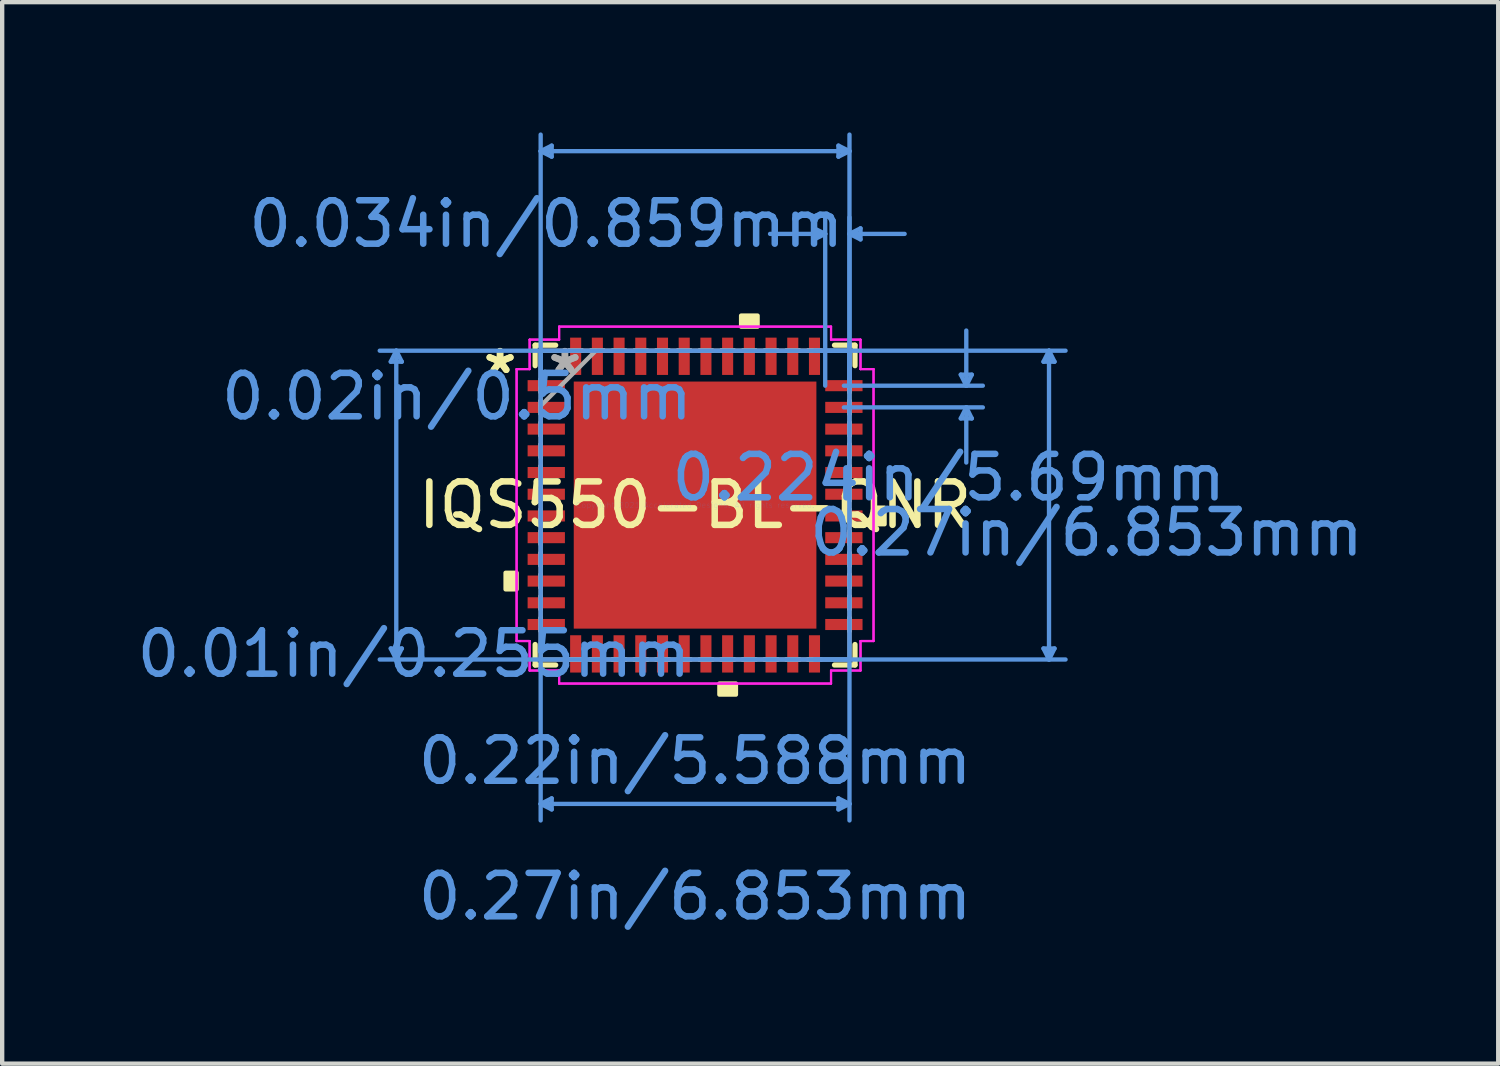
<source format=kicad_pcb>
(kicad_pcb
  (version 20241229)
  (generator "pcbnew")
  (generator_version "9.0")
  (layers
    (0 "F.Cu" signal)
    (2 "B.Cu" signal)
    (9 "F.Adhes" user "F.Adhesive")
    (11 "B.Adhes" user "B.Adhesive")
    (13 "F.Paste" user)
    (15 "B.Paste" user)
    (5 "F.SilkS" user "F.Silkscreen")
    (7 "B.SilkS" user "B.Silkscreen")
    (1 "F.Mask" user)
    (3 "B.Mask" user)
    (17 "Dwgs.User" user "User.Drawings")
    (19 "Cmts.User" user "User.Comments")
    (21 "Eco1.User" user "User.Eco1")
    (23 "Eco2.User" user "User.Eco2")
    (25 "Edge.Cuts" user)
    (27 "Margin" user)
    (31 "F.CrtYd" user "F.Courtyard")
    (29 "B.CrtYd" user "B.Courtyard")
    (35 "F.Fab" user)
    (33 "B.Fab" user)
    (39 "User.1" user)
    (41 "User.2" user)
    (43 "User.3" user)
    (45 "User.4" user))
  (footprint "IQS550-BL-QNR"
    (layer "F.Cu")
    (at 12.957 8.582)
    (property "Reference" "IQS550-BL-QNR" (at 0 0 0) (layer "F.SilkS") (effects (font (size 1 1) (thickness 0.15))))
    (attr through_hole)
    (fp_line (start -3.683 -3.683) (end -3.683 -3.21) (stroke (width 0.12) (type solid)) (layer "F.SilkS"))
    (fp_line (start -3.683 3.21) (end -3.683 3.683) (stroke (width 0.12) (type solid)) (layer "F.SilkS"))
    (fp_line (start -3.683 3.683) (end -3.21 3.683) (stroke (width 0.12) (type solid)) (layer "F.SilkS"))
    (fp_line (start -3.21 -3.683) (end -3.683 -3.683) (stroke (width 0.12) (type solid)) (layer "F.SilkS"))
    (fp_line (start 3.21 3.683) (end 3.683 3.683) (stroke (width 0.12) (type solid)) (layer "F.SilkS"))
    (fp_line (start 3.683 -3.683) (end 3.21 -3.683) (stroke (width 0.12) (type solid)) (layer "F.SilkS"))
    (fp_line (start 3.683 -3.21) (end 3.683 -3.683) (stroke (width 0.12) (type solid)) (layer "F.SilkS"))
    (fp_line (start 3.683 3.683) (end 3.683 3.21) (stroke (width 0.12) (type solid)) (layer "F.SilkS"))
    (fp_poly (pts (xy -4.364 1.559) (xy -4.364 1.94) (xy -4.11 1.94) (xy -4.11 1.559)) (stroke (width 0.1) (type solid)) (fill yes) (layer "F.SilkS"))
    (fp_poly (pts (xy 0.56 4.11) (xy 0.56 4.364) (xy 0.941 4.364) (xy 0.941 4.11)) (stroke (width 0.1) (type solid)) (fill yes) (layer "F.SilkS"))
    (fp_poly (pts (xy 1.06 -4.11) (xy 1.06 -4.364) (xy 1.44 -4.364) (xy 1.44 -4.11)) (stroke (width 0.1) (type solid)) (fill yes) (layer "F.SilkS"))
    (fp_poly (pts (xy 4.364 0.059) (xy 4.364 0.441) (xy 4.11 0.441) (xy 4.11 0.059)) (stroke (width 0.1) (type solid)) (fill yes) (layer "F.SilkS"))
    (fp_poly (pts (xy -2.694 -2.745) (xy -2.694 -1.522) (xy -1.497 -1.522) (xy -1.497 -2.745)) (stroke (width 0.1) (type solid)) (fill yes) (layer "F.Paste"))
    (fp_poly (pts (xy -2.694 -1.322) (xy -2.694 -0.1) (xy -1.497 -0.1) (xy -1.497 -1.322)) (stroke (width 0.1) (type solid)) (fill yes) (layer "F.Paste"))
    (fp_poly (pts (xy -2.694 0.1) (xy -2.694 1.322) (xy -1.497 1.322) (xy -1.497 0.1)) (stroke (width 0.1) (type solid)) (fill yes) (layer "F.Paste"))
    (fp_poly (pts (xy -2.694 1.522) (xy -2.694 2.745) (xy -1.497 2.745) (xy -1.497 1.522)) (stroke (width 0.1) (type solid)) (fill yes) (layer "F.Paste"))
    (fp_poly (pts (xy -1.297 -2.745) (xy -1.297 -1.522) (xy -0.1 -1.522) (xy -0.1 -2.745)) (stroke (width 0.1) (type solid)) (fill yes) (layer "F.Paste"))
    (fp_poly (pts (xy -1.297 -1.322) (xy -1.297 -0.1) (xy -0.1 -0.1) (xy -0.1 -1.322)) (stroke (width 0.1) (type solid)) (fill yes) (layer "F.Paste"))
    (fp_poly (pts (xy -1.297 0.1) (xy -1.297 1.322) (xy -0.1 1.322) (xy -0.1 0.1)) (stroke (width 0.1) (type solid)) (fill yes) (layer "F.Paste"))
    (fp_poly (pts (xy -1.297 1.522) (xy -1.297 2.745) (xy -0.1 2.745) (xy -0.1 1.522)) (stroke (width 0.1) (type solid)) (fill yes) (layer "F.Paste"))
    (fp_poly (pts (xy 0.1 -2.745) (xy 0.1 -1.522) (xy 1.297 -1.522) (xy 1.297 -2.745)) (stroke (width 0.1) (type solid)) (fill yes) (layer "F.Paste"))
    (fp_poly (pts (xy 0.1 -1.322) (xy 0.1 -0.1) (xy 1.297 -0.1) (xy 1.297 -1.322)) (stroke (width 0.1) (type solid)) (fill yes) (layer "F.Paste"))
    (fp_poly (pts (xy 0.1 0.1) (xy 0.1 1.322) (xy 1.297 1.322) (xy 1.297 0.1)) (stroke (width 0.1) (type solid)) (fill yes) (layer "F.Paste"))
    (fp_poly (pts (xy 0.1 1.522) (xy 0.1 2.745) (xy 1.297 2.745) (xy 1.297 1.522)) (stroke (width 0.1) (type solid)) (fill yes) (layer "F.Paste"))
    (fp_poly (pts (xy 1.497 -2.745) (xy 1.497 -1.522) (xy 2.694 -1.522) (xy 2.694 -2.745)) (stroke (width 0.1) (type solid)) (fill yes) (layer "F.Paste"))
    (fp_poly (pts (xy 1.497 -1.322) (xy 1.497 -0.1) (xy 2.694 -0.1) (xy 2.694 -1.322)) (stroke (width 0.1) (type solid)) (fill yes) (layer "F.Paste"))
    (fp_poly (pts (xy 1.497 0.1) (xy 1.497 1.322) (xy 2.694 1.322) (xy 2.694 0.1)) (stroke (width 0.1) (type solid)) (fill yes) (layer "F.Paste"))
    (fp_poly (pts (xy 1.497 1.522) (xy 1.497 2.745) (xy 2.694 2.745) (xy 2.694 1.522)) (stroke (width 0.1) (type solid)) (fill yes) (layer "F.Paste"))
    (fp_line (start -7.008 -3.302) (end -6.754 -3.302) (stroke (width 0.1) (type solid)) (layer "Cmts.User"))
    (fp_line (start -7.008 3.302) (end -6.754 3.302) (stroke (width 0.1) (type solid)) (layer "Cmts.User"))
    (fp_line (start -6.881 -3.556) (end -7.008 -3.302) (stroke (width 0.1) (type solid)) (layer "Cmts.User"))
    (fp_line (start -6.881 -3.556) (end -6.881 3.556) (stroke (width 0.1) (type solid)) (layer "Cmts.User"))
    (fp_line (start -6.881 -3.556) (end -6.754 -3.302) (stroke (width 0.1) (type solid)) (layer "Cmts.User"))
    (fp_line (start -6.881 3.556) (end -7.008 3.302) (stroke (width 0.1) (type solid)) (layer "Cmts.User"))
    (fp_line (start -6.881 3.556) (end -6.754 3.302) (stroke (width 0.1) (type solid)) (layer "Cmts.User"))
    (fp_line (start -3.556 -8.151) (end -3.302 -8.278) (stroke (width 0.1) (type solid)) (layer "Cmts.User"))
    (fp_line (start -3.556 -8.151) (end -3.302 -8.024) (stroke (width 0.1) (type solid)) (layer "Cmts.User"))
    (fp_line (start -3.556 -8.151) (end 3.556 -8.151) (stroke (width 0.1) (type solid)) (layer "Cmts.User"))
    (fp_line (start -3.556 -3.556) (end -3.556 7.262) (stroke (width 0.1) (type solid)) (layer "Cmts.User"))
    (fp_line (start -3.556 -2.75) (end -3.556 -8.532) (stroke (width 0.1) (type solid)) (layer "Cmts.User"))
    (fp_line (start -3.556 6.881) (end -3.302 6.754) (stroke (width 0.1) (type solid)) (layer "Cmts.User"))
    (fp_line (start -3.556 6.881) (end -3.302 7.008) (stroke (width 0.1) (type solid)) (layer "Cmts.User"))
    (fp_line (start -3.556 6.881) (end 3.556 6.881) (stroke (width 0.1) (type solid)) (layer "Cmts.User"))
    (fp_line (start -3.302 -8.278) (end -3.302 -8.024) (stroke (width 0.1) (type solid)) (layer "Cmts.User"))
    (fp_line (start -3.302 6.754) (end -3.302 7.008) (stroke (width 0.1) (type solid)) (layer "Cmts.User"))
    (fp_line (start 2.743 -6.373) (end 2.743 -6.119) (stroke (width 0.1) (type solid)) (layer "Cmts.User"))
    (fp_line (start 2.75 -3.556) (end 8.532 -3.556) (stroke (width 0.1) (type solid)) (layer "Cmts.User"))
    (fp_line (start 2.75 3.556) (end 8.532 3.556) (stroke (width 0.1) (type solid)) (layer "Cmts.User"))
    (fp_line (start 2.997 -6.246) (end 1.727 -6.246) (stroke (width 0.1) (type solid)) (layer "Cmts.User"))
    (fp_line (start 2.997 -6.246) (end 2.743 -6.373) (stroke (width 0.1) (type solid)) (layer "Cmts.User"))
    (fp_line (start 2.997 -6.246) (end 2.743 -6.119) (stroke (width 0.1) (type solid)) (layer "Cmts.User"))
    (fp_line (start 2.997 -2.75) (end 2.997 -6.627) (stroke (width 0.1) (type solid)) (layer "Cmts.User"))
    (fp_line (start 3.302 -8.278) (end 3.302 -8.024) (stroke (width 0.1) (type solid)) (layer "Cmts.User"))
    (fp_line (start 3.302 6.754) (end 3.302 7.008) (stroke (width 0.1) (type solid)) (layer "Cmts.User"))
    (fp_line (start 3.427 -2.75) (end 6.627 -2.75) (stroke (width 0.1) (type solid)) (layer "Cmts.User"))
    (fp_line (start 3.427 -2.25) (end 6.627 -2.25) (stroke (width 0.1) (type solid)) (layer "Cmts.User"))
    (fp_line (start 3.556 -8.151) (end 3.302 -8.278) (stroke (width 0.1) (type solid)) (layer "Cmts.User"))
    (fp_line (start 3.556 -8.151) (end 3.302 -8.024) (stroke (width 0.1) (type solid)) (layer "Cmts.User"))
    (fp_line (start 3.556 -6.246) (end 3.81 -6.373) (stroke (width 0.1) (type solid)) (layer "Cmts.User"))
    (fp_line (start 3.556 -6.246) (end 3.81 -6.119) (stroke (width 0.1) (type solid)) (layer "Cmts.User"))
    (fp_line (start 3.556 -6.246) (end 4.826 -6.246) (stroke (width 0.1) (type solid)) (layer "Cmts.User"))
    (fp_line (start 3.556 -3.556) (end -7.262 -3.556) (stroke (width 0.1) (type solid)) (layer "Cmts.User"))
    (fp_line (start 3.556 -3.556) (end 3.556 7.262) (stroke (width 0.1) (type solid)) (layer "Cmts.User"))
    (fp_line (start 3.556 -2.75) (end 3.556 -8.532) (stroke (width 0.1) (type solid)) (layer "Cmts.User"))
    (fp_line (start 3.556 -2.75) (end 3.556 -6.627) (stroke (width 0.1) (type solid)) (layer "Cmts.User"))
    (fp_line (start 3.556 3.556) (end -7.262 3.556) (stroke (width 0.1) (type solid)) (layer "Cmts.User"))
    (fp_line (start 3.556 6.881) (end 3.302 6.754) (stroke (width 0.1) (type solid)) (layer "Cmts.User"))
    (fp_line (start 3.556 6.881) (end 3.302 7.008) (stroke (width 0.1) (type solid)) (layer "Cmts.User"))
    (fp_line (start 3.81 -6.373) (end 3.81 -6.119) (stroke (width 0.1) (type solid)) (layer "Cmts.User"))
    (fp_line (start 6.119 -3.004) (end 6.373 -3.004) (stroke (width 0.1) (type solid)) (layer "Cmts.User"))
    (fp_line (start 6.119 -1.996) (end 6.373 -1.996) (stroke (width 0.1) (type solid)) (layer "Cmts.User"))
    (fp_line (start 6.246 -2.75) (end 6.119 -3.004) (stroke (width 0.1) (type solid)) (layer "Cmts.User"))
    (fp_line (start 6.246 -2.75) (end 6.246 -4.02) (stroke (width 0.1) (type solid)) (layer "Cmts.User"))
    (fp_line (start 6.246 -2.75) (end 6.373 -3.004) (stroke (width 0.1) (type solid)) (layer "Cmts.User"))
    (fp_line (start 6.246 -2.25) (end 6.119 -1.996) (stroke (width 0.1) (type solid)) (layer "Cmts.User"))
    (fp_line (start 6.246 -2.25) (end 6.246 -0.98) (stroke (width 0.1) (type solid)) (layer "Cmts.User"))
    (fp_line (start 6.246 -2.25) (end 6.373 -1.996) (stroke (width 0.1) (type solid)) (layer "Cmts.User"))
    (fp_line (start 8.024 -3.302) (end 8.278 -3.302) (stroke (width 0.1) (type solid)) (layer "Cmts.User"))
    (fp_line (start 8.024 3.302) (end 8.278 3.302) (stroke (width 0.1) (type solid)) (layer "Cmts.User"))
    (fp_line (start 8.151 -3.556) (end 8.024 -3.302) (stroke (width 0.1) (type solid)) (layer "Cmts.User"))
    (fp_line (start 8.151 -3.556) (end 8.151 3.556) (stroke (width 0.1) (type solid)) (layer "Cmts.User"))
    (fp_line (start 8.151 -3.556) (end 8.278 -3.302) (stroke (width 0.1) (type solid)) (layer "Cmts.User"))
    (fp_line (start 8.151 3.556) (end 8.024 3.302) (stroke (width 0.1) (type solid)) (layer "Cmts.User"))
    (fp_line (start 8.151 3.556) (end 8.278 3.302) (stroke (width 0.1) (type solid)) (layer "Cmts.User"))
    (fp_line (start -4.11 -3.131) (end -3.81 -3.131) (stroke (width 0.05) (type solid)) (layer "F.CrtYd"))
    (fp_line (start -4.11 -3.131) (end -3.81 -3.131) (stroke (width 0.05) (type solid)) (layer "F.CrtYd"))
    (fp_line (start -4.11 3.131) (end -4.11 -3.131) (stroke (width 0.05) (type solid)) (layer "F.CrtYd"))
    (fp_line (start -4.11 3.131) (end -4.11 -3.131) (stroke (width 0.05) (type solid)) (layer "F.CrtYd"))
    (fp_line (start -3.81 -3.81) (end -3.131 -3.81) (stroke (width 0.05) (type solid)) (layer "F.CrtYd"))
    (fp_line (start -3.81 -3.81) (end -3.131 -3.81) (stroke (width 0.05) (type solid)) (layer "F.CrtYd"))
    (fp_line (start -3.81 -3.131) (end -3.81 -3.81) (stroke (width 0.05) (type solid)) (layer "F.CrtYd"))
    (fp_line (start -3.81 -3.131) (end -3.81 -3.81) (stroke (width 0.05) (type solid)) (layer "F.CrtYd"))
    (fp_line (start -3.81 3.131) (end -4.11 3.131) (stroke (width 0.05) (type solid)) (layer "F.CrtYd"))
    (fp_line (start -3.81 3.131) (end -4.11 3.131) (stroke (width 0.05) (type solid)) (layer "F.CrtYd"))
    (fp_line (start -3.81 3.81) (end -3.81 3.131) (stroke (width 0.05) (type solid)) (layer "F.CrtYd"))
    (fp_line (start -3.81 3.81) (end -3.81 3.131) (stroke (width 0.05) (type solid)) (layer "F.CrtYd"))
    (fp_line (start -3.131 -4.11) (end 3.131 -4.11) (stroke (width 0.05) (type solid)) (layer "F.CrtYd"))
    (fp_line (start -3.131 -4.11) (end 3.131 -4.11) (stroke (width 0.05) (type solid)) (layer "F.CrtYd"))
    (fp_line (start -3.131 -3.81) (end -3.131 -4.11) (stroke (width 0.05) (type solid)) (layer "F.CrtYd"))
    (fp_line (start -3.131 -3.81) (end -3.131 -4.11) (stroke (width 0.05) (type solid)) (layer "F.CrtYd"))
    (fp_line (start -3.131 3.81) (end -3.81 3.81) (stroke (width 0.05) (type solid)) (layer "F.CrtYd"))
    (fp_line (start -3.131 3.81) (end -3.81 3.81) (stroke (width 0.05) (type solid)) (layer "F.CrtYd"))
    (fp_line (start -3.131 4.11) (end -3.131 3.81) (stroke (width 0.05) (type solid)) (layer "F.CrtYd"))
    (fp_line (start -3.131 4.11) (end -3.131 3.81) (stroke (width 0.05) (type solid)) (layer "F.CrtYd"))
    (fp_line (start 3.131 -4.11) (end 3.131 -3.81) (stroke (width 0.05) (type solid)) (layer "F.CrtYd"))
    (fp_line (start 3.131 -4.11) (end 3.131 -3.81) (stroke (width 0.05) (type solid)) (layer "F.CrtYd"))
    (fp_line (start 3.131 -3.81) (end 3.81 -3.81) (stroke (width 0.05) (type solid)) (layer "F.CrtYd"))
    (fp_line (start 3.131 -3.81) (end 3.81 -3.81) (stroke (width 0.05) (type solid)) (layer "F.CrtYd"))
    (fp_line (start 3.131 3.81) (end 3.131 4.11) (stroke (width 0.05) (type solid)) (layer "F.CrtYd"))
    (fp_line (start 3.131 3.81) (end 3.131 4.11) (stroke (width 0.05) (type solid)) (layer "F.CrtYd"))
    (fp_line (start 3.131 4.11) (end -3.131 4.11) (stroke (width 0.05) (type solid)) (layer "F.CrtYd"))
    (fp_line (start 3.131 4.11) (end -3.131 4.11) (stroke (width 0.05) (type solid)) (layer "F.CrtYd"))
    (fp_line (start 3.81 -3.81) (end 3.81 -3.131) (stroke (width 0.05) (type solid)) (layer "F.CrtYd"))
    (fp_line (start 3.81 -3.81) (end 3.81 -3.131) (stroke (width 0.05) (type solid)) (layer "F.CrtYd"))
    (fp_line (start 3.81 -3.131) (end 4.11 -3.131) (stroke (width 0.05) (type solid)) (layer "F.CrtYd"))
    (fp_line (start 3.81 -3.131) (end 4.11 -3.131) (stroke (width 0.05) (type solid)) (layer "F.CrtYd"))
    (fp_line (start 3.81 3.131) (end 3.81 3.81) (stroke (width 0.05) (type solid)) (layer "F.CrtYd"))
    (fp_line (start 3.81 3.131) (end 3.81 3.81) (stroke (width 0.05) (type solid)) (layer "F.CrtYd"))
    (fp_line (start 3.81 3.81) (end 3.131 3.81) (stroke (width 0.05) (type solid)) (layer "F.CrtYd"))
    (fp_line (start 3.81 3.81) (end 3.131 3.81) (stroke (width 0.05) (type solid)) (layer "F.CrtYd"))
    (fp_line (start 4.11 -3.131) (end 4.11 3.131) (stroke (width 0.05) (type solid)) (layer "F.CrtYd"))
    (fp_line (start 4.11 -3.131) (end 4.11 3.131) (stroke (width 0.05) (type solid)) (layer "F.CrtYd"))
    (fp_line (start 4.11 3.131) (end 3.81 3.131) (stroke (width 0.05) (type solid)) (layer "F.CrtYd"))
    (fp_line (start 4.11 3.131) (end 3.81 3.131) (stroke (width 0.05) (type solid)) (layer "F.CrtYd"))
    (fp_line (start -3.556 -3.556) (end -3.556 -3.556) (stroke (width 0.1) (type solid)) (layer "F.Fab"))
    (fp_line (start -3.556 -3.556) (end -3.556 3.556) (stroke (width 0.1) (type solid)) (layer "F.Fab"))
    (fp_line (start -3.556 -2.902) (end -3.556 -2.902) (stroke (width 0.1) (type solid)) (layer "F.Fab"))
    (fp_line (start -3.556 -2.902) (end -3.556 -2.598) (stroke (width 0.1) (type solid)) (layer "F.Fab"))
    (fp_line (start -3.556 -2.598) (end -3.556 -2.902) (stroke (width 0.1) (type solid)) (layer "F.Fab"))
    (fp_line (start -3.556 -2.598) (end -3.556 -2.598) (stroke (width 0.1) (type solid)) (layer "F.Fab"))
    (fp_line (start -3.556 -2.402) (end -3.556 -2.402) (stroke (width 0.1) (type solid)) (layer "F.Fab"))
    (fp_line (start -3.556 -2.402) (end -3.556 -2.098) (stroke (width 0.1) (type solid)) (layer "F.Fab"))
    (fp_line (start -3.556 -2.286) (end -2.286 -3.556) (stroke (width 0.1) (type solid)) (layer "F.Fab"))
    (fp_line (start -3.556 -2.098) (end -3.556 -2.402) (stroke (width 0.1) (type solid)) (layer "F.Fab"))
    (fp_line (start -3.556 -2.098) (end -3.556 -2.098) (stroke (width 0.1) (type solid)) (layer "F.Fab"))
    (fp_line (start -3.556 -1.902) (end -3.556 -1.902) (stroke (width 0.1) (type solid)) (layer "F.Fab"))
    (fp_line (start -3.556 -1.902) (end -3.556 -1.598) (stroke (width 0.1) (type solid)) (layer "F.Fab"))
    (fp_line (start -3.556 -1.598) (end -3.556 -1.902) (stroke (width 0.1) (type solid)) (layer "F.Fab"))
    (fp_line (start -3.556 -1.598) (end -3.556 -1.598) (stroke (width 0.1) (type solid)) (layer "F.Fab"))
    (fp_line (start -3.556 -1.402) (end -3.556 -1.402) (stroke (width 0.1) (type solid)) (layer "F.Fab"))
    (fp_line (start -3.556 -1.402) (end -3.556 -1.098) (stroke (width 0.1) (type solid)) (layer "F.Fab"))
    (fp_line (start -3.556 -1.098) (end -3.556 -1.402) (stroke (width 0.1) (type solid)) (layer "F.Fab"))
    (fp_line (start -3.556 -1.098) (end -3.556 -1.098) (stroke (width 0.1) (type solid)) (layer "F.Fab"))
    (fp_line (start -3.556 -0.902) (end -3.556 -0.902) (stroke (width 0.1) (type solid)) (layer "F.Fab"))
    (fp_line (start -3.556 -0.902) (end -3.556 -0.598) (stroke (width 0.1) (type solid)) (layer "F.Fab"))
    (fp_line (start -3.556 -0.598) (end -3.556 -0.902) (stroke (width 0.1) (type solid)) (layer "F.Fab"))
    (fp_line (start -3.556 -0.598) (end -3.556 -0.598) (stroke (width 0.1) (type solid)) (layer "F.Fab"))
    (fp_line (start -3.556 -0.402) (end -3.556 -0.402) (stroke (width 0.1) (type solid)) (layer "F.Fab"))
    (fp_line (start -3.556 -0.402) (end -3.556 -0.098) (stroke (width 0.1) (type solid)) (layer "F.Fab"))
    (fp_line (start -3.556 -0.098) (end -3.556 -0.402) (stroke (width 0.1) (type solid)) (layer "F.Fab"))
    (fp_line (start -3.556 -0.098) (end -3.556 -0.098) (stroke (width 0.1) (type solid)) (layer "F.Fab"))
    (fp_line (start -3.556 0.098) (end -3.556 0.098) (stroke (width 0.1) (type solid)) (layer "F.Fab"))
    (fp_line (start -3.556 0.098) (end -3.556 0.402) (stroke (width 0.1) (type solid)) (layer "F.Fab"))
    (fp_line (start -3.556 0.402) (end -3.556 0.098) (stroke (width 0.1) (type solid)) (layer "F.Fab"))
    (fp_line (start -3.556 0.402) (end -3.556 0.402) (stroke (width 0.1) (type solid)) (layer "F.Fab"))
    (fp_line (start -3.556 0.598) (end -3.556 0.598) (stroke (width 0.1) (type solid)) (layer "F.Fab"))
    (fp_line (start -3.556 0.598) (end -3.556 0.902) (stroke (width 0.1) (type solid)) (layer "F.Fab"))
    (fp_line (start -3.556 0.902) (end -3.556 0.598) (stroke (width 0.1) (type solid)) (layer "F.Fab"))
    (fp_line (start -3.556 0.902) (end -3.556 0.902) (stroke (width 0.1) (type solid)) (layer "F.Fab"))
    (fp_line (start -3.556 1.098) (end -3.556 1.098) (stroke (width 0.1) (type solid)) (layer "F.Fab"))
    (fp_line (start -3.556 1.098) (end -3.556 1.402) (stroke (width 0.1) (type solid)) (layer "F.Fab"))
    (fp_line (start -3.556 1.402) (end -3.556 1.098) (stroke (width 0.1) (type solid)) (layer "F.Fab"))
    (fp_line (start -3.556 1.402) (end -3.556 1.402) (stroke (width 0.1) (type solid)) (layer "F.Fab"))
    (fp_line (start -3.556 1.598) (end -3.556 1.598) (stroke (width 0.1) (type solid)) (layer "F.Fab"))
    (fp_line (start -3.556 1.598) (end -3.556 1.902) (stroke (width 0.1) (type solid)) (layer "F.Fab"))
    (fp_line (start -3.556 1.902) (end -3.556 1.598) (stroke (width 0.1) (type solid)) (layer "F.Fab"))
    (fp_line (start -3.556 1.902) (end -3.556 1.902) (stroke (width 0.1) (type solid)) (layer "F.Fab"))
    (fp_line (start -3.556 2.098) (end -3.556 2.098) (stroke (width 0.1) (type solid)) (layer "F.Fab"))
    (fp_line (start -3.556 2.098) (end -3.556 2.402) (stroke (width 0.1) (type solid)) (layer "F.Fab"))
    (fp_line (start -3.556 2.402) (end -3.556 2.098) (stroke (width 0.1) (type solid)) (layer "F.Fab"))
    (fp_line (start -3.556 2.402) (end -3.556 2.402) (stroke (width 0.1) (type solid)) (layer "F.Fab"))
    (fp_line (start -3.556 2.598) (end -3.556 2.598) (stroke (width 0.1) (type solid)) (layer "F.Fab"))
    (fp_line (start -3.556 2.598) (end -3.556 2.902) (stroke (width 0.1) (type solid)) (layer "F.Fab"))
    (fp_line (start -3.556 2.902) (end -3.556 2.598) (stroke (width 0.1) (type solid)) (layer "F.Fab"))
    (fp_line (start -3.556 2.902) (end -3.556 2.902) (stroke (width 0.1) (type solid)) (layer "F.Fab"))
    (fp_line (start -3.556 3.556) (end -3.556 3.556) (stroke (width 0.1) (type solid)) (layer "F.Fab"))
    (fp_line (start -3.556 3.556) (end 3.556 3.556) (stroke (width 0.1) (type solid)) (layer "F.Fab"))
    (fp_line (start -2.902 -3.556) (end -2.902 -3.556) (stroke (width 0.1) (type solid)) (layer "F.Fab"))
    (fp_line (start -2.902 -3.556) (end -2.598 -3.556) (stroke (width 0.1) (type solid)) (layer "F.Fab"))
    (fp_line (start -2.902 3.556) (end -2.902 3.556) (stroke (width 0.1) (type solid)) (layer "F.Fab"))
    (fp_line (start -2.902 3.556) (end -2.598 3.556) (stroke (width 0.1) (type solid)) (layer "F.Fab"))
    (fp_line (start -2.598 -3.556) (end -2.902 -3.556) (stroke (width 0.1) (type solid)) (layer "F.Fab"))
    (fp_line (start -2.598 -3.556) (end -2.598 -3.556) (stroke (width 0.1) (type solid)) (layer "F.Fab"))
    (fp_line (start -2.598 3.556) (end -2.902 3.556) (stroke (width 0.1) (type solid)) (layer "F.Fab"))
    (fp_line (start -2.598 3.556) (end -2.598 3.556) (stroke (width 0.1) (type solid)) (layer "F.Fab"))
    (fp_line (start -2.402 -3.556) (end -2.402 -3.556) (stroke (width 0.1) (type solid)) (layer "F.Fab"))
    (fp_line (start -2.402 -3.556) (end -2.098 -3.556) (stroke (width 0.1) (type solid)) (layer "F.Fab"))
    (fp_line (start -2.402 3.556) (end -2.402 3.556) (stroke (width 0.1) (type solid)) (layer "F.Fab"))
    (fp_line (start -2.402 3.556) (end -2.098 3.556) (stroke (width 0.1) (type solid)) (layer "F.Fab"))
    (fp_line (start -2.098 -3.556) (end -2.402 -3.556) (stroke (width 0.1) (type solid)) (layer "F.Fab"))
    (fp_line (start -2.098 -3.556) (end -2.098 -3.556) (stroke (width 0.1) (type solid)) (layer "F.Fab"))
    (fp_line (start -2.098 3.556) (end -2.402 3.556) (stroke (width 0.1) (type solid)) (layer "F.Fab"))
    (fp_line (start -2.098 3.556) (end -2.098 3.556) (stroke (width 0.1) (type solid)) (layer "F.Fab"))
    (fp_line (start -1.902 -3.556) (end -1.902 -3.556) (stroke (width 0.1) (type solid)) (layer "F.Fab"))
    (fp_line (start -1.902 -3.556) (end -1.598 -3.556) (stroke (width 0.1) (type solid)) (layer "F.Fab"))
    (fp_line (start -1.902 3.556) (end -1.902 3.556) (stroke (width 0.1) (type solid)) (layer "F.Fab"))
    (fp_line (start -1.902 3.556) (end -1.598 3.556) (stroke (width 0.1) (type solid)) (layer "F.Fab"))
    (fp_line (start -1.598 -3.556) (end -1.902 -3.556) (stroke (width 0.1) (type solid)) (layer "F.Fab"))
    (fp_line (start -1.598 -3.556) (end -1.598 -3.556) (stroke (width 0.1) (type solid)) (layer "F.Fab"))
    (fp_line (start -1.598 3.556) (end -1.902 3.556) (stroke (width 0.1) (type solid)) (layer "F.Fab"))
    (fp_line (start -1.598 3.556) (end -1.598 3.556) (stroke (width 0.1) (type solid)) (layer "F.Fab"))
    (fp_line (start -1.402 -3.556) (end -1.402 -3.556) (stroke (width 0.1) (type solid)) (layer "F.Fab"))
    (fp_line (start -1.402 -3.556) (end -1.098 -3.556) (stroke (width 0.1) (type solid)) (layer "F.Fab"))
    (fp_line (start -1.402 3.556) (end -1.402 3.556) (stroke (width 0.1) (type solid)) (layer "F.Fab"))
    (fp_line (start -1.402 3.556) (end -1.098 3.556) (stroke (width 0.1) (type solid)) (layer "F.Fab"))
    (fp_line (start -1.098 -3.556) (end -1.402 -3.556) (stroke (width 0.1) (type solid)) (layer "F.Fab"))
    (fp_line (start -1.098 -3.556) (end -1.098 -3.556) (stroke (width 0.1) (type solid)) (layer "F.Fab"))
    (fp_line (start -1.098 3.556) (end -1.402 3.556) (stroke (width 0.1) (type solid)) (layer "F.Fab"))
    (fp_line (start -1.098 3.556) (end -1.098 3.556) (stroke (width 0.1) (type solid)) (layer "F.Fab"))
    (fp_line (start -0.902 -3.556) (end -0.902 -3.556) (stroke (width 0.1) (type solid)) (layer "F.Fab"))
    (fp_line (start -0.902 -3.556) (end -0.598 -3.556) (stroke (width 0.1) (type solid)) (layer "F.Fab"))
    (fp_line (start -0.902 3.556) (end -0.902 3.556) (stroke (width 0.1) (type solid)) (layer "F.Fab"))
    (fp_line (start -0.902 3.556) (end -0.598 3.556) (stroke (width 0.1) (type solid)) (layer "F.Fab"))
    (fp_line (start -0.598 -3.556) (end -0.902 -3.556) (stroke (width 0.1) (type solid)) (layer "F.Fab"))
    (fp_line (start -0.598 -3.556) (end -0.598 -3.556) (stroke (width 0.1) (type solid)) (layer "F.Fab"))
    (fp_line (start -0.598 3.556) (end -0.902 3.556) (stroke (width 0.1) (type solid)) (layer "F.Fab"))
    (fp_line (start -0.598 3.556) (end -0.598 3.556) (stroke (width 0.1) (type solid)) (layer "F.Fab"))
    (fp_line (start -0.402 -3.556) (end -0.402 -3.556) (stroke (width 0.1) (type solid)) (layer "F.Fab"))
    (fp_line (start -0.402 -3.556) (end -0.098 -3.556) (stroke (width 0.1) (type solid)) (layer "F.Fab"))
    (fp_line (start -0.402 3.556) (end -0.402 3.556) (stroke (width 0.1) (type solid)) (layer "F.Fab"))
    (fp_line (start -0.402 3.556) (end -0.098 3.556) (stroke (width 0.1) (type solid)) (layer "F.Fab"))
    (fp_line (start -0.098 -3.556) (end -0.402 -3.556) (stroke (width 0.1) (type solid)) (layer "F.Fab"))
    (fp_line (start -0.098 -3.556) (end -0.098 -3.556) (stroke (width 0.1) (type solid)) (layer "F.Fab"))
    (fp_line (start -0.098 3.556) (end -0.402 3.556) (stroke (width 0.1) (type solid)) (layer "F.Fab"))
    (fp_line (start -0.098 3.556) (end -0.098 3.556) (stroke (width 0.1) (type solid)) (layer "F.Fab"))
    (fp_line (start 0.098 -3.556) (end 0.098 -3.556) (stroke (width 0.1) (type solid)) (layer "F.Fab"))
    (fp_line (start 0.098 -3.556) (end 0.402 -3.556) (stroke (width 0.1) (type solid)) (layer "F.Fab"))
    (fp_line (start 0.098 3.556) (end 0.098 3.556) (stroke (width 0.1) (type solid)) (layer "F.Fab"))
    (fp_line (start 0.098 3.556) (end 0.402 3.556) (stroke (width 0.1) (type solid)) (layer "F.Fab"))
    (fp_line (start 0.402 -3.556) (end 0.098 -3.556) (stroke (width 0.1) (type solid)) (layer "F.Fab"))
    (fp_line (start 0.402 -3.556) (end 0.402 -3.556) (stroke (width 0.1) (type solid)) (layer "F.Fab"))
    (fp_line (start 0.402 3.556) (end 0.098 3.556) (stroke (width 0.1) (type solid)) (layer "F.Fab"))
    (fp_line (start 0.402 3.556) (end 0.402 3.556) (stroke (width 0.1) (type solid)) (layer "F.Fab"))
    (fp_line (start 0.598 -3.556) (end 0.598 -3.556) (stroke (width 0.1) (type solid)) (layer "F.Fab"))
    (fp_line (start 0.598 -3.556) (end 0.902 -3.556) (stroke (width 0.1) (type solid)) (layer "F.Fab"))
    (fp_line (start 0.598 3.556) (end 0.598 3.556) (stroke (width 0.1) (type solid)) (layer "F.Fab"))
    (fp_line (start 0.598 3.556) (end 0.902 3.556) (stroke (width 0.1) (type solid)) (layer "F.Fab"))
    (fp_line (start 0.902 -3.556) (end 0.598 -3.556) (stroke (width 0.1) (type solid)) (layer "F.Fab"))
    (fp_line (start 0.902 -3.556) (end 0.902 -3.556) (stroke (width 0.1) (type solid)) (layer "F.Fab"))
    (fp_line (start 0.902 3.556) (end 0.598 3.556) (stroke (width 0.1) (type solid)) (layer "F.Fab"))
    (fp_line (start 0.902 3.556) (end 0.902 3.556) (stroke (width 0.1) (type solid)) (layer "F.Fab"))
    (fp_line (start 1.098 -3.556) (end 1.098 -3.556) (stroke (width 0.1) (type solid)) (layer "F.Fab"))
    (fp_line (start 1.098 -3.556) (end 1.402 -3.556) (stroke (width 0.1) (type solid)) (layer "F.Fab"))
    (fp_line (start 1.098 3.556) (end 1.098 3.556) (stroke (width 0.1) (type solid)) (layer "F.Fab"))
    (fp_line (start 1.098 3.556) (end 1.402 3.556) (stroke (width 0.1) (type solid)) (layer "F.Fab"))
    (fp_line (start 1.402 -3.556) (end 1.098 -3.556) (stroke (width 0.1) (type solid)) (layer "F.Fab"))
    (fp_line (start 1.402 -3.556) (end 1.402 -3.556) (stroke (width 0.1) (type solid)) (layer "F.Fab"))
    (fp_line (start 1.402 3.556) (end 1.098 3.556) (stroke (width 0.1) (type solid)) (layer "F.Fab"))
    (fp_line (start 1.402 3.556) (end 1.402 3.556) (stroke (width 0.1) (type solid)) (layer "F.Fab"))
    (fp_line (start 1.598 -3.556) (end 1.598 -3.556) (stroke (width 0.1) (type solid)) (layer "F.Fab"))
    (fp_line (start 1.598 -3.556) (end 1.902 -3.556) (stroke (width 0.1) (type solid)) (layer "F.Fab"))
    (fp_line (start 1.598 3.556) (end 1.598 3.556) (stroke (width 0.1) (type solid)) (layer "F.Fab"))
    (fp_line (start 1.598 3.556) (end 1.902 3.556) (stroke (width 0.1) (type solid)) (layer "F.Fab"))
    (fp_line (start 1.902 -3.556) (end 1.598 -3.556) (stroke (width 0.1) (type solid)) (layer "F.Fab"))
    (fp_line (start 1.902 -3.556) (end 1.902 -3.556) (stroke (width 0.1) (type solid)) (layer "F.Fab"))
    (fp_line (start 1.902 3.556) (end 1.598 3.556) (stroke (width 0.1) (type solid)) (layer "F.Fab"))
    (fp_line (start 1.902 3.556) (end 1.902 3.556) (stroke (width 0.1) (type solid)) (layer "F.Fab"))
    (fp_line (start 2.098 -3.556) (end 2.098 -3.556) (stroke (width 0.1) (type solid)) (layer "F.Fab"))
    (fp_line (start 2.098 -3.556) (end 2.402 -3.556) (stroke (width 0.1) (type solid)) (layer "F.Fab"))
    (fp_line (start 2.098 3.556) (end 2.098 3.556) (stroke (width 0.1) (type solid)) (layer "F.Fab"))
    (fp_line (start 2.098 3.556) (end 2.402 3.556) (stroke (width 0.1) (type solid)) (layer "F.Fab"))
    (fp_line (start 2.402 -3.556) (end 2.098 -3.556) (stroke (width 0.1) (type solid)) (layer "F.Fab"))
    (fp_line (start 2.402 -3.556) (end 2.402 -3.556) (stroke (width 0.1) (type solid)) (layer "F.Fab"))
    (fp_line (start 2.402 3.556) (end 2.098 3.556) (stroke (width 0.1) (type solid)) (layer "F.Fab"))
    (fp_line (start 2.402 3.556) (end 2.402 3.556) (stroke (width 0.1) (type solid)) (layer "F.Fab"))
    (fp_line (start 2.598 -3.556) (end 2.598 -3.556) (stroke (width 0.1) (type solid)) (layer "F.Fab"))
    (fp_line (start 2.598 -3.556) (end 2.902 -3.556) (stroke (width 0.1) (type solid)) (layer "F.Fab"))
    (fp_line (start 2.598 3.556) (end 2.598 3.556) (stroke (width 0.1) (type solid)) (layer "F.Fab"))
    (fp_line (start 2.598 3.556) (end 2.902 3.556) (stroke (width 0.1) (type solid)) (layer "F.Fab"))
    (fp_line (start 2.902 -3.556) (end 2.598 -3.556) (stroke (width 0.1) (type solid)) (layer "F.Fab"))
    (fp_line (start 2.902 -3.556) (end 2.902 -3.556) (stroke (width 0.1) (type solid)) (layer "F.Fab"))
    (fp_line (start 2.902 3.556) (end 2.598 3.556) (stroke (width 0.1) (type solid)) (layer "F.Fab"))
    (fp_line (start 2.902 3.556) (end 2.902 3.556) (stroke (width 0.1) (type solid)) (layer "F.Fab"))
    (fp_line (start 3.556 -3.556) (end -3.556 -3.556) (stroke (width 0.1) (type solid)) (layer "F.Fab"))
    (fp_line (start 3.556 -3.556) (end 3.556 -3.556) (stroke (width 0.1) (type solid)) (layer "F.Fab"))
    (fp_line (start 3.556 -2.902) (end 3.556 -2.902) (stroke (width 0.1) (type solid)) (layer "F.Fab"))
    (fp_line (start 3.556 -2.902) (end 3.556 -2.598) (stroke (width 0.1) (type solid)) (layer "F.Fab"))
    (fp_line (start 3.556 -2.598) (end 3.556 -2.902) (stroke (width 0.1) (type solid)) (layer "F.Fab"))
    (fp_line (start 3.556 -2.598) (end 3.556 -2.598) (stroke (width 0.1) (type solid)) (layer "F.Fab"))
    (fp_line (start 3.556 -2.402) (end 3.556 -2.402) (stroke (width 0.1) (type solid)) (layer "F.Fab"))
    (fp_line (start 3.556 -2.402) (end 3.556 -2.098) (stroke (width 0.1) (type solid)) (layer "F.Fab"))
    (fp_line (start 3.556 -2.098) (end 3.556 -2.402) (stroke (width 0.1) (type solid)) (layer "F.Fab"))
    (fp_line (start 3.556 -2.098) (end 3.556 -2.098) (stroke (width 0.1) (type solid)) (layer "F.Fab"))
    (fp_line (start 3.556 -1.902) (end 3.556 -1.902) (stroke (width 0.1) (type solid)) (layer "F.Fab"))
    (fp_line (start 3.556 -1.902) (end 3.556 -1.598) (stroke (width 0.1) (type solid)) (layer "F.Fab"))
    (fp_line (start 3.556 -1.598) (end 3.556 -1.902) (stroke (width 0.1) (type solid)) (layer "F.Fab"))
    (fp_line (start 3.556 -1.598) (end 3.556 -1.598) (stroke (width 0.1) (type solid)) (layer "F.Fab"))
    (fp_line (start 3.556 -1.402) (end 3.556 -1.402) (stroke (width 0.1) (type solid)) (layer "F.Fab"))
    (fp_line (start 3.556 -1.402) (end 3.556 -1.098) (stroke (width 0.1) (type solid)) (layer "F.Fab"))
    (fp_line (start 3.556 -1.098) (end 3.556 -1.402) (stroke (width 0.1) (type solid)) (layer "F.Fab"))
    (fp_line (start 3.556 -1.098) (end 3.556 -1.098) (stroke (width 0.1) (type solid)) (layer "F.Fab"))
    (fp_line (start 3.556 -0.902) (end 3.556 -0.902) (stroke (width 0.1) (type solid)) (layer "F.Fab"))
    (fp_line (start 3.556 -0.902) (end 3.556 -0.598) (stroke (width 0.1) (type solid)) (layer "F.Fab"))
    (fp_line (start 3.556 -0.598) (end 3.556 -0.902) (stroke (width 0.1) (type solid)) (layer "F.Fab"))
    (fp_line (start 3.556 -0.598) (end 3.556 -0.598) (stroke (width 0.1) (type solid)) (layer "F.Fab"))
    (fp_line (start 3.556 -0.402) (end 3.556 -0.402) (stroke (width 0.1) (type solid)) (layer "F.Fab"))
    (fp_line (start 3.556 -0.402) (end 3.556 -0.098) (stroke (width 0.1) (type solid)) (layer "F.Fab"))
    (fp_line (start 3.556 -0.098) (end 3.556 -0.402) (stroke (width 0.1) (type solid)) (layer "F.Fab"))
    (fp_line (start 3.556 -0.098) (end 3.556 -0.098) (stroke (width 0.1) (type solid)) (layer "F.Fab"))
    (fp_line (start 3.556 0.098) (end 3.556 0.098) (stroke (width 0.1) (type solid)) (layer "F.Fab"))
    (fp_line (start 3.556 0.098) (end 3.556 0.402) (stroke (width 0.1) (type solid)) (layer "F.Fab"))
    (fp_line (start 3.556 0.402) (end 3.556 0.098) (stroke (width 0.1) (type solid)) (layer "F.Fab"))
    (fp_line (start 3.556 0.402) (end 3.556 0.402) (stroke (width 0.1) (type solid)) (layer "F.Fab"))
    (fp_line (start 3.556 0.598) (end 3.556 0.598) (stroke (width 0.1) (type solid)) (layer "F.Fab"))
    (fp_line (start 3.556 0.598) (end 3.556 0.902) (stroke (width 0.1) (type solid)) (layer "F.Fab"))
    (fp_line (start 3.556 0.902) (end 3.556 0.598) (stroke (width 0.1) (type solid)) (layer "F.Fab"))
    (fp_line (start 3.556 0.902) (end 3.556 0.902) (stroke (width 0.1) (type solid)) (layer "F.Fab"))
    (fp_line (start 3.556 1.098) (end 3.556 1.098) (stroke (width 0.1) (type solid)) (layer "F.Fab"))
    (fp_line (start 3.556 1.098) (end 3.556 1.402) (stroke (width 0.1) (type solid)) (layer "F.Fab"))
    (fp_line (start 3.556 1.402) (end 3.556 1.098) (stroke (width 0.1) (type solid)) (layer "F.Fab"))
    (fp_line (start 3.556 1.402) (end 3.556 1.402) (stroke (width 0.1) (type solid)) (layer "F.Fab"))
    (fp_line (start 3.556 1.598) (end 3.556 1.598) (stroke (width 0.1) (type solid)) (layer "F.Fab"))
    (fp_line (start 3.556 1.598) (end 3.556 1.902) (stroke (width 0.1) (type solid)) (layer "F.Fab"))
    (fp_line (start 3.556 1.902) (end 3.556 1.598) (stroke (width 0.1) (type solid)) (layer "F.Fab"))
    (fp_line (start 3.556 1.902) (end 3.556 1.902) (stroke (width 0.1) (type solid)) (layer "F.Fab"))
    (fp_line (start 3.556 2.098) (end 3.556 2.098) (stroke (width 0.1) (type solid)) (layer "F.Fab"))
    (fp_line (start 3.556 2.098) (end 3.556 2.402) (stroke (width 0.1) (type solid)) (layer "F.Fab"))
    (fp_line (start 3.556 2.402) (end 3.556 2.098) (stroke (width 0.1) (type solid)) (layer "F.Fab"))
    (fp_line (start 3.556 2.402) (end 3.556 2.402) (stroke (width 0.1) (type solid)) (layer "F.Fab"))
    (fp_line (start 3.556 2.598) (end 3.556 2.598) (stroke (width 0.1) (type solid)) (layer "F.Fab"))
    (fp_line (start 3.556 2.598) (end 3.556 2.902) (stroke (width 0.1) (type solid)) (layer "F.Fab"))
    (fp_line (start 3.556 2.902) (end 3.556 2.598) (stroke (width 0.1) (type solid)) (layer "F.Fab"))
    (fp_line (start 3.556 2.902) (end 3.556 2.902) (stroke (width 0.1) (type solid)) (layer "F.Fab"))
    (fp_line (start 3.556 3.556) (end 3.556 -3.556) (stroke (width 0.1) (type solid)) (layer "F.Fab"))
    (fp_line (start 3.556 3.556) (end 3.556 3.556) (stroke (width 0.1) (type solid)) (layer "F.Fab"))
    (fp_text user "*" (at -4.491 -3 0) (layer "F.SilkS") (effects (font (size 1 1) (thickness 0.15))))
    (fp_text user "*" (at -4.491 -3 0) (layer "F.SilkS") (effects (font (size 1 1) (thickness 0.15))))
    (fp_text user "0.02in/0.5mm" (at -5.484 -2.5 0) (layer "Cmts.User") (effects (font (size 1 1) (thickness 0.15))))
    (fp_text user "0.034in/0.859mm" (at -3.427 -6.475 0) (layer "Cmts.User") (effects (font (size 1 1) (thickness 0.15))))
    (fp_text user "Copyright 2021 Accelerated Designs. All rights reserved." (at 0 0 0) (layer "Cmts.User") (effects (font (size 0.127 0.127) (thickness 0.002))))
    (fp_text user "0.01in/0.255mm" (at -6.475 3.427 0) (layer "Cmts.User") (effects (font (size 1 1) (thickness 0.15))))
    (fp_text user "0.27in/6.853mm" (at 0 9.015 0) (layer "Cmts.User") (effects (font (size 1 1) (thickness 0.15))))
    (fp_text user "0.22in/5.588mm" (at 0 5.893 0) (layer "Cmts.User") (effects (font (size 1 1) (thickness 0.15))))
    (fp_text user "0.27in/6.853mm" (at 9.015 0.635 0) (layer "Cmts.User") (effects (font (size 1 1) (thickness 0.15))))
    (fp_text user "0.224in/5.69mm" (at 5.842 -0.635 0) (layer "Cmts.User") (effects (font (size 1 1) (thickness 0.15))))
    (fp_text user "*" (at -2.997 -3 0) (layer "F.Fab") (effects (font (size 1 1) (thickness 0.15))))
    (fp_text user "*" (at -2.997 -3 0) (layer "F.Fab") (effects (font (size 1 1) (thickness 0.15))))
    (pad "1" smd rect (at -2.75 -3.427) (size 0.255 0.859) (layers "F.Cu" "F.Mask" "F.Paste"))
    (pad "2" smd rect (at -2.25 -3.427) (size 0.255 0.859) (layers "F.Cu" "F.Mask" "F.Paste"))
    (pad "3" smd rect (at -1.75 -3.427) (size 0.255 0.859) (layers "F.Cu" "F.Mask" "F.Paste"))
    (pad "4" smd rect (at -1.25 -3.427) (size 0.255 0.859) (layers "F.Cu" "F.Mask" "F.Paste"))
    (pad "5" smd rect (at -0.75 -3.427) (size 0.255 0.859) (layers "F.Cu" "F.Mask" "F.Paste"))
    (pad "6" smd rect (at -0.25 -3.427) (size 0.255 0.859) (layers "F.Cu" "F.Mask" "F.Paste"))
    (pad "7" smd rect (at 0.25 -3.427) (size 0.255 0.859) (layers "F.Cu" "F.Mask" "F.Paste"))
    (pad "8" smd rect (at 0.75 -3.427) (size 0.255 0.859) (layers "F.Cu" "F.Mask" "F.Paste"))
    (pad "9" smd rect (at 1.25 -3.427) (size 0.255 0.859) (layers "F.Cu" "F.Mask" "F.Paste"))
    (pad "10" smd rect (at 1.75 -3.427) (size 0.255 0.859) (layers "F.Cu" "F.Mask" "F.Paste"))
    (pad "11" smd rect (at 2.25 -3.427) (size 0.255 0.859) (layers "F.Cu" "F.Mask" "F.Paste"))
    (pad "12" smd rect (at 2.75 -3.427) (size 0.255 0.859) (layers "F.Cu" "F.Mask" "F.Paste"))
    (pad "13" smd rect (at 3.427 -2.75 90) (size 0.255 0.859) (layers "F.Cu" "F.Mask" "F.Paste"))
    (pad "14" smd rect (at 3.427 -2.25 90) (size 0.255 0.859) (layers "F.Cu" "F.Mask" "F.Paste"))
    (pad "15" smd rect (at 3.427 -1.75 90) (size 0.255 0.859) (layers "F.Cu" "F.Mask" "F.Paste"))
    (pad "16" smd rect (at 3.427 -1.25 90) (size 0.255 0.859) (layers "F.Cu" "F.Mask" "F.Paste"))
    (pad "17" smd rect (at 3.427 -0.75 90) (size 0.255 0.859) (layers "F.Cu" "F.Mask" "F.Paste"))
    (pad "18" smd rect (at 3.427 -0.25 90) (size 0.255 0.859) (layers "F.Cu" "F.Mask" "F.Paste"))
    (pad "19" smd rect (at 3.427 0.25 90) (size 0.255 0.859) (layers "F.Cu" "F.Mask" "F.Paste"))
    (pad "20" smd rect (at 3.427 0.75 90) (size 0.255 0.859) (layers "F.Cu" "F.Mask" "F.Paste"))
    (pad "21" smd rect (at 3.427 1.25 90) (size 0.255 0.859) (layers "F.Cu" "F.Mask" "F.Paste"))
    (pad "22" smd rect (at 3.427 1.75 90) (size 0.255 0.859) (layers "F.Cu" "F.Mask" "F.Paste"))
    (pad "23" smd rect (at 3.427 2.25 90) (size 0.255 0.859) (layers "F.Cu" "F.Mask" "F.Paste"))
    (pad "24" smd rect (at 3.427 2.75 90) (size 0.255 0.859) (layers "F.Cu" "F.Mask" "F.Paste"))
    (pad "25" smd rect (at 2.75 3.427) (size 0.255 0.859) (layers "F.Cu" "F.Mask" "F.Paste"))
    (pad "26" smd rect (at 2.25 3.427) (size 0.255 0.859) (layers "F.Cu" "F.Mask" "F.Paste"))
    (pad "27" smd rect (at 1.75 3.427) (size 0.255 0.859) (layers "F.Cu" "F.Mask" "F.Paste"))
    (pad "28" smd rect (at 1.25 3.427) (size 0.255 0.859) (layers "F.Cu" "F.Mask" "F.Paste"))
    (pad "29" smd rect (at 0.75 3.427) (size 0.255 0.859) (layers "F.Cu" "F.Mask" "F.Paste"))
    (pad "30" smd rect (at 0.25 3.427) (size 0.255 0.859) (layers "F.Cu" "F.Mask" "F.Paste"))
    (pad "31" smd rect (at -0.25 3.427) (size 0.255 0.859) (layers "F.Cu" "F.Mask" "F.Paste"))
    (pad "32" smd rect (at -0.75 3.427) (size 0.255 0.859) (layers "F.Cu" "F.Mask" "F.Paste"))
    (pad "33" smd rect (at -1.25 3.427) (size 0.255 0.859) (layers "F.Cu" "F.Mask" "F.Paste"))
    (pad "34" smd rect (at -1.75 3.427) (size 0.255 0.859) (layers "F.Cu" "F.Mask" "F.Paste"))
    (pad "35" smd rect (at -2.25 3.427) (size 0.255 0.859) (layers "F.Cu" "F.Mask" "F.Paste"))
    (pad "36" smd rect (at -2.75 3.427) (size 0.255 0.859) (layers "F.Cu" "F.Mask" "F.Paste"))
    (pad "37" smd rect (at -3.427 2.75 90) (size 0.255 0.859) (layers "F.Cu" "F.Mask" "F.Paste"))
    (pad "38" smd rect (at -3.427 2.25 90) (size 0.255 0.859) (layers "F.Cu" "F.Mask" "F.Paste"))
    (pad "39" smd rect (at -3.427 1.75 90) (size 0.255 0.859) (layers "F.Cu" "F.Mask" "F.Paste"))
    (pad "40" smd rect (at -3.427 1.25 90) (size 0.255 0.859) (layers "F.Cu" "F.Mask" "F.Paste"))
    (pad "41" smd rect (at -3.427 0.75 90) (size 0.255 0.859) (layers "F.Cu" "F.Mask" "F.Paste"))
    (pad "42" smd rect (at -3.427 0.25 90) (size 0.255 0.859) (layers "F.Cu" "F.Mask" "F.Paste"))
    (pad "43" smd rect (at -3.427 -0.25 90) (size 0.255 0.859) (layers "F.Cu" "F.Mask" "F.Paste"))
    (pad "44" smd rect (at -3.427 -0.75 90) (size 0.255 0.859) (layers "F.Cu" "F.Mask" "F.Paste"))
    (pad "45" smd rect (at -3.427 -1.25 90) (size 0.255 0.859) (layers "F.Cu" "F.Mask" "F.Paste"))
    (pad "46" smd rect (at -3.427 -1.75 90) (size 0.255 0.859) (layers "F.Cu" "F.Mask" "F.Paste"))
    (pad "47" smd rect (at -3.427 -2.25 90) (size 0.255 0.859) (layers "F.Cu" "F.Mask" "F.Paste"))
    (pad "48" smd rect (at -3.427 -2.75 90) (size 0.255 0.859) (layers "F.Cu" "F.Mask" "F.Paste"))
    (pad "49" smd rect (at 0 0) (size 5.588 5.69) (layers "F.Cu" "F.Mask")))
  (gr_rect
    (start -3 -3)
    (end 31.453 21.445)
    (stroke (width 0.1) (type default))
    (fill no)
    (layer "Edge.Cuts")))
</source>
